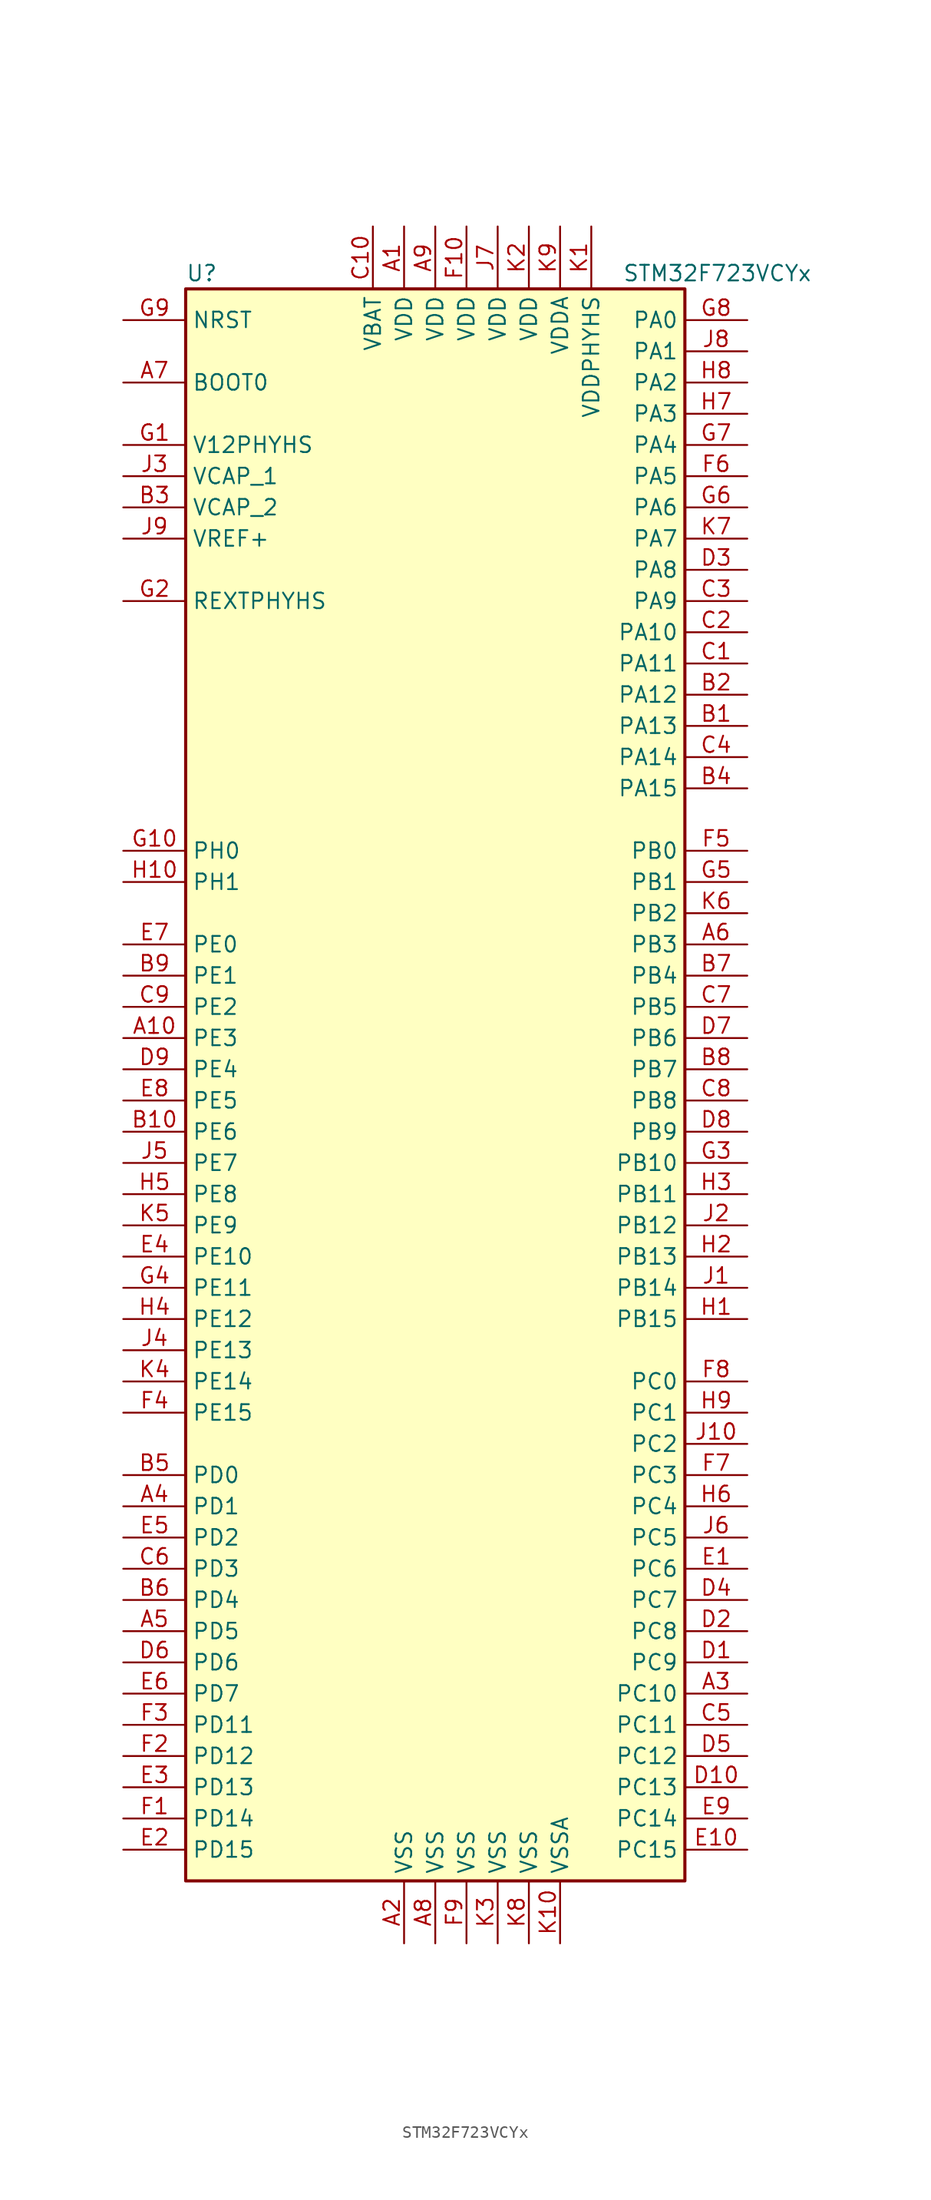
<source format=kicad_sym>
(kicad_symbol_lib
  (version 20201005)
  (generator kicad_symbol_editor)
  (symbol "STM32F723VCYx"
    (property "Reference" "U"
      (at -20.32 64.77 0)
      (effects (font (size 1.27 1.27)) (justify left)))
    (property "Value" "STM32F723VCYx"
      (at 15.24 64.77 0)
      (effects (font (size 1.27 1.27)) (justify left)))
    (symbol "STM32F723VCYx_0_1"
      (rectangle (start -20.32 -66.04) (end 20.32 63.5) (stroke (width 0.254)) (fill (type background))))
    (symbol "STM32F723VCYx_1_1"
      (pin input line (at -25.4 55.88 0) (length 5.08) (name "BOOT0" (effects (font (size 1.27 1.27)))) (number "A7" (effects (font (size 1.27 1.27)))))
      (pin input line (at -25.4 60.96 0) (length 5.08) (name "NRST" (effects (font (size 1.27 1.27)))) (number "G9" (effects (font (size 1.27 1.27)))))
      (pin bidirectional line (at 25.4 60.96 180) (length 5.08) (name "PA0" (effects (font (size 1.27 1.27)))) (number "G8" (effects (font (size 1.27 1.27)))))
      (pin bidirectional line (at 25.4 58.42 180) (length 5.08) (name "PA1" (effects (font (size 1.27 1.27)))) (number "J8" (effects (font (size 1.27 1.27)))))
      (pin bidirectional line (at 25.4 35.56 180) (length 5.08) (name "PA10" (effects (font (size 1.27 1.27)))) (number "C2" (effects (font (size 1.27 1.27)))))
      (pin bidirectional line (at 25.4 33.02 180) (length 5.08) (name "PA11" (effects (font (size 1.27 1.27)))) (number "C1" (effects (font (size 1.27 1.27)))))
      (pin bidirectional line (at 25.4 30.48 180) (length 5.08) (name "PA12" (effects (font (size 1.27 1.27)))) (number "B2" (effects (font (size 1.27 1.27)))))
      (pin bidirectional line (at 25.4 27.94 180) (length 5.08) (name "PA13" (effects (font (size 1.27 1.27)))) (number "B1" (effects (font (size 1.27 1.27)))))
      (pin bidirectional line (at 25.4 25.4 180) (length 5.08) (name "PA14" (effects (font (size 1.27 1.27)))) (number "C4" (effects (font (size 1.27 1.27)))))
      (pin bidirectional line (at 25.4 22.86 180) (length 5.08) (name "PA15" (effects (font (size 1.27 1.27)))) (number "B4" (effects (font (size 1.27 1.27)))))
      (pin bidirectional line (at 25.4 55.88 180) (length 5.08) (name "PA2" (effects (font (size 1.27 1.27)))) (number "H8" (effects (font (size 1.27 1.27)))))
      (pin bidirectional line (at 25.4 53.34 180) (length 5.08) (name "PA3" (effects (font (size 1.27 1.27)))) (number "H7" (effects (font (size 1.27 1.27)))))
      (pin bidirectional line (at 25.4 50.8 180) (length 5.08) (name "PA4" (effects (font (size 1.27 1.27)))) (number "G7" (effects (font (size 1.27 1.27)))))
      (pin bidirectional line (at 25.4 48.26 180) (length 5.08) (name "PA5" (effects (font (size 1.27 1.27)))) (number "F6" (effects (font (size 1.27 1.27)))))
      (pin bidirectional line (at 25.4 45.72 180) (length 5.08) (name "PA6" (effects (font (size 1.27 1.27)))) (number "G6" (effects (font (size 1.27 1.27)))))
      (pin bidirectional line (at 25.4 43.18 180) (length 5.08) (name "PA7" (effects (font (size 1.27 1.27)))) (number "K7" (effects (font (size 1.27 1.27)))))
      (pin bidirectional line (at 25.4 40.64 180) (length 5.08) (name "PA8" (effects (font (size 1.27 1.27)))) (number "D3" (effects (font (size 1.27 1.27)))))
      (pin bidirectional line (at 25.4 38.1 180) (length 5.08) (name "PA9" (effects (font (size 1.27 1.27)))) (number "C3" (effects (font (size 1.27 1.27)))))
      (pin bidirectional line (at 25.4 17.78 180) (length 5.08) (name "PB0" (effects (font (size 1.27 1.27)))) (number "F5" (effects (font (size 1.27 1.27)))))
      (pin bidirectional line (at 25.4 15.24 180) (length 5.08) (name "PB1" (effects (font (size 1.27 1.27)))) (number "G5" (effects (font (size 1.27 1.27)))))
      (pin bidirectional line (at 25.4 -7.62 180) (length 5.08) (name "PB10" (effects (font (size 1.27 1.27)))) (number "G3" (effects (font (size 1.27 1.27)))))
      (pin bidirectional line (at 25.4 -10.16 180) (length 5.08) (name "PB11" (effects (font (size 1.27 1.27)))) (number "H3" (effects (font (size 1.27 1.27)))))
      (pin bidirectional line (at 25.4 -12.7 180) (length 5.08) (name "PB12" (effects (font (size 1.27 1.27)))) (number "J2" (effects (font (size 1.27 1.27)))))
      (pin bidirectional line (at 25.4 -15.24 180) (length 5.08) (name "PB13" (effects (font (size 1.27 1.27)))) (number "H2" (effects (font (size 1.27 1.27)))))
      (pin bidirectional line (at 25.4 -17.78 180) (length 5.08) (name "PB14" (effects (font (size 1.27 1.27)))) (number "J1" (effects (font (size 1.27 1.27)))))
      (pin bidirectional line (at 25.4 -20.32 180) (length 5.08) (name "PB15" (effects (font (size 1.27 1.27)))) (number "H1" (effects (font (size 1.27 1.27)))))
      (pin bidirectional line (at 25.4 12.7 180) (length 5.08) (name "PB2" (effects (font (size 1.27 1.27)))) (number "K6" (effects (font (size 1.27 1.27)))))
      (pin bidirectional line (at 25.4 10.16 180) (length 5.08) (name "PB3" (effects (font (size 1.27 1.27)))) (number "A6" (effects (font (size 1.27 1.27)))))
      (pin bidirectional line (at 25.4 7.62 180) (length 5.08) (name "PB4" (effects (font (size 1.27 1.27)))) (number "B7" (effects (font (size 1.27 1.27)))))
      (pin bidirectional line (at 25.4 5.08 180) (length 5.08) (name "PB5" (effects (font (size 1.27 1.27)))) (number "C7" (effects (font (size 1.27 1.27)))))
      (pin bidirectional line (at 25.4 2.54 180) (length 5.08) (name "PB6" (effects (font (size 1.27 1.27)))) (number "D7" (effects (font (size 1.27 1.27)))))
      (pin bidirectional line (at 25.4 0 180) (length 5.08) (name "PB7" (effects (font (size 1.27 1.27)))) (number "B8" (effects (font (size 1.27 1.27)))))
      (pin bidirectional line (at 25.4 -2.54 180) (length 5.08) (name "PB8" (effects (font (size 1.27 1.27)))) (number "C8" (effects (font (size 1.27 1.27)))))
      (pin bidirectional line (at 25.4 -5.08 180) (length 5.08) (name "PB9" (effects (font (size 1.27 1.27)))) (number "D8" (effects (font (size 1.27 1.27)))))
      (pin bidirectional line (at 25.4 -25.4 180) (length 5.08) (name "PC0" (effects (font (size 1.27 1.27)))) (number "F8" (effects (font (size 1.27 1.27)))))
      (pin bidirectional line (at 25.4 -27.94 180) (length 5.08) (name "PC1" (effects (font (size 1.27 1.27)))) (number "H9" (effects (font (size 1.27 1.27)))))
      (pin bidirectional line (at 25.4 -50.8 180) (length 5.08) (name "PC10" (effects (font (size 1.27 1.27)))) (number "A3" (effects (font (size 1.27 1.27)))))
      (pin bidirectional line (at 25.4 -53.34 180) (length 5.08) (name "PC11" (effects (font (size 1.27 1.27)))) (number "C5" (effects (font (size 1.27 1.27)))))
      (pin bidirectional line (at 25.4 -55.88 180) (length 5.08) (name "PC12" (effects (font (size 1.27 1.27)))) (number "D5" (effects (font (size 1.27 1.27)))))
      (pin bidirectional line (at 25.4 -58.42 180) (length 5.08) (name "PC13" (effects (font (size 1.27 1.27)))) (number "D10" (effects (font (size 1.27 1.27)))))
      (pin bidirectional line (at 25.4 -60.96 180) (length 5.08) (name "PC14" (effects (font (size 1.27 1.27)))) (number "E9" (effects (font (size 1.27 1.27)))))
      (pin bidirectional line (at 25.4 -63.5 180) (length 5.08) (name "PC15" (effects (font (size 1.27 1.27)))) (number "E10" (effects (font (size 1.27 1.27)))))
      (pin bidirectional line (at 25.4 -30.48 180) (length 5.08) (name "PC2" (effects (font (size 1.27 1.27)))) (number "J10" (effects (font (size 1.27 1.27)))))
      (pin bidirectional line (at 25.4 -33.02 180) (length 5.08) (name "PC3" (effects (font (size 1.27 1.27)))) (number "F7" (effects (font (size 1.27 1.27)))))
      (pin bidirectional line (at 25.4 -35.56 180) (length 5.08) (name "PC4" (effects (font (size 1.27 1.27)))) (number "H6" (effects (font (size 1.27 1.27)))))
      (pin bidirectional line (at 25.4 -38.1 180) (length 5.08) (name "PC5" (effects (font (size 1.27 1.27)))) (number "J6" (effects (font (size 1.27 1.27)))))
      (pin bidirectional line (at 25.4 -40.64 180) (length 5.08) (name "PC6" (effects (font (size 1.27 1.27)))) (number "E1" (effects (font (size 1.27 1.27)))))
      (pin bidirectional line (at 25.4 -43.18 180) (length 5.08) (name "PC7" (effects (font (size 1.27 1.27)))) (number "D4" (effects (font (size 1.27 1.27)))))
      (pin bidirectional line (at 25.4 -45.72 180) (length 5.08) (name "PC8" (effects (font (size 1.27 1.27)))) (number "D2" (effects (font (size 1.27 1.27)))))
      (pin bidirectional line (at 25.4 -48.26 180) (length 5.08) (name "PC9" (effects (font (size 1.27 1.27)))) (number "D1" (effects (font (size 1.27 1.27)))))
      (pin bidirectional line (at -25.4 -33.02 0) (length 5.08) (name "PD0" (effects (font (size 1.27 1.27)))) (number "B5" (effects (font (size 1.27 1.27)))))
      (pin bidirectional line (at -25.4 -35.56 0) (length 5.08) (name "PD1" (effects (font (size 1.27 1.27)))) (number "A4" (effects (font (size 1.27 1.27)))))
      (pin bidirectional line (at -25.4 -53.34 0) (length 5.08) (name "PD11" (effects (font (size 1.27 1.27)))) (number "F3" (effects (font (size 1.27 1.27)))))
      (pin bidirectional line (at -25.4 -55.88 0) (length 5.08) (name "PD12" (effects (font (size 1.27 1.27)))) (number "F2" (effects (font (size 1.27 1.27)))))
      (pin bidirectional line (at -25.4 -58.42 0) (length 5.08) (name "PD13" (effects (font (size 1.27 1.27)))) (number "E3" (effects (font (size 1.27 1.27)))))
      (pin bidirectional line (at -25.4 -60.96 0) (length 5.08) (name "PD14" (effects (font (size 1.27 1.27)))) (number "F1" (effects (font (size 1.27 1.27)))))
      (pin bidirectional line (at -25.4 -63.5 0) (length 5.08) (name "PD15" (effects (font (size 1.27 1.27)))) (number "E2" (effects (font (size 1.27 1.27)))))
      (pin bidirectional line (at -25.4 -38.1 0) (length 5.08) (name "PD2" (effects (font (size 1.27 1.27)))) (number "E5" (effects (font (size 1.27 1.27)))))
      (pin bidirectional line (at -25.4 -40.64 0) (length 5.08) (name "PD3" (effects (font (size 1.27 1.27)))) (number "C6" (effects (font (size 1.27 1.27)))))
      (pin bidirectional line (at -25.4 -43.18 0) (length 5.08) (name "PD4" (effects (font (size 1.27 1.27)))) (number "B6" (effects (font (size 1.27 1.27)))))
      (pin bidirectional line (at -25.4 -45.72 0) (length 5.08) (name "PD5" (effects (font (size 1.27 1.27)))) (number "A5" (effects (font (size 1.27 1.27)))))
      (pin bidirectional line (at -25.4 -48.26 0) (length 5.08) (name "PD6" (effects (font (size 1.27 1.27)))) (number "D6" (effects (font (size 1.27 1.27)))))
      (pin bidirectional line (at -25.4 -50.8 0) (length 5.08) (name "PD7" (effects (font (size 1.27 1.27)))) (number "E6" (effects (font (size 1.27 1.27)))))
      (pin bidirectional line (at -25.4 10.16 0) (length 5.08) (name "PE0" (effects (font (size 1.27 1.27)))) (number "E7" (effects (font (size 1.27 1.27)))))
      (pin bidirectional line (at -25.4 7.62 0) (length 5.08) (name "PE1" (effects (font (size 1.27 1.27)))) (number "B9" (effects (font (size 1.27 1.27)))))
      (pin bidirectional line (at -25.4 -15.24 0) (length 5.08) (name "PE10" (effects (font (size 1.27 1.27)))) (number "E4" (effects (font (size 1.27 1.27)))))
      (pin bidirectional line (at -25.4 -17.78 0) (length 5.08) (name "PE11" (effects (font (size 1.27 1.27)))) (number "G4" (effects (font (size 1.27 1.27)))))
      (pin bidirectional line (at -25.4 -20.32 0) (length 5.08) (name "PE12" (effects (font (size 1.27 1.27)))) (number "H4" (effects (font (size 1.27 1.27)))))
      (pin bidirectional line (at -25.4 -22.86 0) (length 5.08) (name "PE13" (effects (font (size 1.27 1.27)))) (number "J4" (effects (font (size 1.27 1.27)))))
      (pin bidirectional line (at -25.4 -25.4 0) (length 5.08) (name "PE14" (effects (font (size 1.27 1.27)))) (number "K4" (effects (font (size 1.27 1.27)))))
      (pin bidirectional line (at -25.4 -27.94 0) (length 5.08) (name "PE15" (effects (font (size 1.27 1.27)))) (number "F4" (effects (font (size 1.27 1.27)))))
      (pin bidirectional line (at -25.4 5.08 0) (length 5.08) (name "PE2" (effects (font (size 1.27 1.27)))) (number "C9" (effects (font (size 1.27 1.27)))))
      (pin bidirectional line (at -25.4 2.54 0) (length 5.08) (name "PE3" (effects (font (size 1.27 1.27)))) (number "A10" (effects (font (size 1.27 1.27)))))
      (pin bidirectional line (at -25.4 0 0) (length 5.08) (name "PE4" (effects (font (size 1.27 1.27)))) (number "D9" (effects (font (size 1.27 1.27)))))
      (pin bidirectional line (at -25.4 -2.54 0) (length 5.08) (name "PE5" (effects (font (size 1.27 1.27)))) (number "E8" (effects (font (size 1.27 1.27)))))
      (pin bidirectional line (at -25.4 -5.08 0) (length 5.08) (name "PE6" (effects (font (size 1.27 1.27)))) (number "B10" (effects (font (size 1.27 1.27)))))
      (pin bidirectional line (at -25.4 -7.62 0) (length 5.08) (name "PE7" (effects (font (size 1.27 1.27)))) (number "J5" (effects (font (size 1.27 1.27)))))
      (pin bidirectional line (at -25.4 -10.16 0) (length 5.08) (name "PE8" (effects (font (size 1.27 1.27)))) (number "H5" (effects (font (size 1.27 1.27)))))
      (pin bidirectional line (at -25.4 -12.7 0) (length 5.08) (name "PE9" (effects (font (size 1.27 1.27)))) (number "K5" (effects (font (size 1.27 1.27)))))
      (pin input line (at -25.4 17.78 0) (length 5.08) (name "PH0" (effects (font (size 1.27 1.27)))) (number "G10" (effects (font (size 1.27 1.27)))))
      (pin input line (at -25.4 15.24 0) (length 5.08) (name "PH1" (effects (font (size 1.27 1.27)))) (number "H10" (effects (font (size 1.27 1.27)))))
      (pin bidirectional line (at -25.4 38.1 0) (length 5.08) (name "REXTPHYHS" (effects (font (size 1.27 1.27)))) (number "G2" (effects (font (size 1.27 1.27)))))
      (pin power_in line (at -25.4 50.8 0) (length 5.08) (name "V12PHYHS" (effects (font (size 1.27 1.27)))) (number "G1" (effects (font (size 1.27 1.27)))))
      (pin power_in line (at -5.08 68.58 270) (length 5.08) (name "VBAT" (effects (font (size 1.27 1.27)))) (number "C10" (effects (font (size 1.27 1.27)))))
      (pin power_in line (at -25.4 48.26 0) (length 5.08) (name "VCAP_1" (effects (font (size 1.27 1.27)))) (number "J3" (effects (font (size 1.27 1.27)))))
      (pin power_in line (at -25.4 45.72 0) (length 5.08) (name "VCAP_2" (effects (font (size 1.27 1.27)))) (number "B3" (effects (font (size 1.27 1.27)))))
      (pin power_in line (at -2.54 68.58 270) (length 5.08) (name "VDD" (effects (font (size 1.27 1.27)))) (number "A1" (effects (font (size 1.27 1.27)))))
      (pin power_in line (at 0 68.58 270) (length 5.08) (name "VDD" (effects (font (size 1.27 1.27)))) (number "A9" (effects (font (size 1.27 1.27)))))
      (pin power_in line (at 2.54 68.58 270) (length 5.08) (name "VDD" (effects (font (size 1.27 1.27)))) (number "F10" (effects (font (size 1.27 1.27)))))
      (pin power_in line (at 5.08 68.58 270) (length 5.08) (name "VDD" (effects (font (size 1.27 1.27)))) (number "J7" (effects (font (size 1.27 1.27)))))
      (pin power_in line (at 7.62 68.58 270) (length 5.08) (name "VDD" (effects (font (size 1.27 1.27)))) (number "K2" (effects (font (size 1.27 1.27)))))
      (pin power_in line (at 10.16 68.58 270) (length 5.08) (name "VDDA" (effects (font (size 1.27 1.27)))) (number "K9" (effects (font (size 1.27 1.27)))))
      (pin power_in line (at 12.7 68.58 270) (length 5.08) (name "VDDPHYHS" (effects (font (size 1.27 1.27)))) (number "K1" (effects (font (size 1.27 1.27)))))
      (pin power_in line (at -25.4 43.18 0) (length 5.08) (name "VREF+" (effects (font (size 1.27 1.27)))) (number "J9" (effects (font (size 1.27 1.27)))))
      (pin power_in line (at -2.54 -71.12 90) (length 5.08) (name "VSS" (effects (font (size 1.27 1.27)))) (number "A2" (effects (font (size 1.27 1.27)))))
      (pin power_in line (at 0 -71.12 90) (length 5.08) (name "VSS" (effects (font (size 1.27 1.27)))) (number "A8" (effects (font (size 1.27 1.27)))))
      (pin power_in line (at 2.54 -71.12 90) (length 5.08) (name "VSS" (effects (font (size 1.27 1.27)))) (number "F9" (effects (font (size 1.27 1.27)))))
      (pin power_in line (at 5.08 -71.12 90) (length 5.08) (name "VSS" (effects (font (size 1.27 1.27)))) (number "K3" (effects (font (size 1.27 1.27)))))
      (pin power_in line (at 7.62 -71.12 90) (length 5.08) (name "VSS" (effects (font (size 1.27 1.27)))) (number "K8" (effects (font (size 1.27 1.27)))))
      (pin power_in line (at 10.16 -71.12 90) (length 5.08) (name "VSSA" (effects (font (size 1.27 1.27)))) (number "K10" (effects (font (size 1.27 1.27))))))))
</source>
